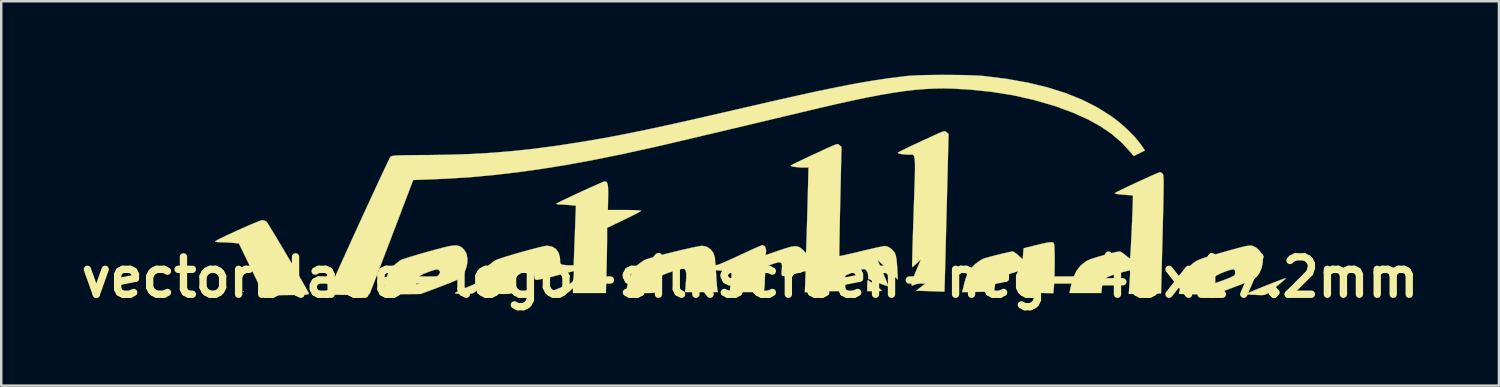
<source format=kicad_pcb>
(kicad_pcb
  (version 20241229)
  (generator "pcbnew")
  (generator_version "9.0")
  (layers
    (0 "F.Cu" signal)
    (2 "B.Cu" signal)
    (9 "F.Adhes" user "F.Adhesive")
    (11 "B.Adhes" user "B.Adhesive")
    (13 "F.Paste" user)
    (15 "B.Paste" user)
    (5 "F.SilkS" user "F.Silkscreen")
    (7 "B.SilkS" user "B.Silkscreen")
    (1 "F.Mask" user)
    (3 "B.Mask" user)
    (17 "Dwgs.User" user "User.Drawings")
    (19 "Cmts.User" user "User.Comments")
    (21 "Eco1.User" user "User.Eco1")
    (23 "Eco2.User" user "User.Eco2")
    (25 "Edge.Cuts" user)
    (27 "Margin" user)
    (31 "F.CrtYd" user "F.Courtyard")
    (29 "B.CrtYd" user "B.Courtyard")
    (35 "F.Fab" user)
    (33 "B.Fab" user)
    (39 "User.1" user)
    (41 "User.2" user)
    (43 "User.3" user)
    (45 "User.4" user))
  (footprint "vectorblade-logo-silkscreen-neg-45x17.2mm"
    (layer "F.Cu")
    (at 27.548 8.263)
    (property "Reference" "vectorblade-logo-silkscreen-neg-45x17.2mm" (at 0 0 0) (layer "F.SilkS") (effects (font (size 1.524 1.524) (thickness 0.3))))
    (attr through_hole)
    (fp_poly (pts (xy -20.659 0.583) (xy -20.677 0.602) (xy -20.696 0.583) (xy -20.677 0.564) (xy -20.659 0.583)) (stroke (width 0.01) (type solid)) (fill yes) (layer "F.SilkS"))
    (fp_poly (pts (xy 4.84 0.134) (xy 4.92 0.189) (xy 5.025 0.266) (xy 5.139 0.352) (xy 5.247 0.436) (xy 5.332 0.504) (xy 5.377 0.545) (xy 5.381 0.551) (xy 5.346 0.557) (xy 5.254 0.562) (xy 5.123 0.564) (xy 5.08 0.564) (xy 4.779 0.564) (xy 4.779 0.339) (xy 4.783 0.22) (xy 4.792 0.138) (xy 4.803 0.113) (xy 4.84 0.134)) (stroke (width 0.01) (type solid)) (fill yes) (layer "F.SilkS"))
    (fp_poly (pts (xy 21.861 0.03) (xy 21.833 0.063) (xy 21.758 0.133) (xy 21.648 0.228) (xy 21.538 0.32) (xy 21.358 0.468) (xy 21.225 0.575) (xy 21.123 0.649) (xy 21.039 0.695) (xy 20.959 0.719) (xy 20.87 0.726) (xy 20.756 0.723) (xy 20.605 0.715) (xy 20.602 0.715) (xy 20.424 0.705) (xy 20.312 0.696) (xy 20.258 0.685) (xy 20.253 0.67) (xy 20.282 0.653) (xy 20.405 0.599) (xy 20.566 0.532) (xy 20.754 0.454) (xy 20.958 0.372) (xy 21.165 0.289) (xy 21.365 0.211) (xy 21.546 0.141) (xy 21.696 0.085) (xy 21.804 0.046) (xy 21.857 0.03) (xy 21.861 0.03)) (stroke (width 0.01) (type solid)) (fill yes) (layer "F.SilkS"))
    (fp_poly (pts (xy -19.794 -2.308) (xy -19.726 -2.267) (xy -19.695 -2.225) (xy -19.631 -2.125) (xy -19.54 -1.977) (xy -19.425 -1.788) (xy -19.291 -1.567) (xy -19.144 -1.321) (xy -18.989 -1.06) (xy -18.83 -0.791) (xy -18.672 -0.523) (xy -18.52 -0.263) (xy -18.378 -0.02) (xy -18.253 0.198) (xy -18.147 0.383) (xy -18.068 0.526) (xy -18.018 0.619) (xy -18.004 0.648) (xy -18.002 0.668) (xy -18.016 0.684) (xy -18.055 0.696) (xy -18.129 0.704) (xy -18.244 0.711) (xy -18.411 0.716) (xy -18.636 0.72) (xy -18.902 0.723) (xy -19.825 0.734) (xy -20.339 -0.324) (xy -20.854 -1.382) (xy -21.082 -1.406) (xy -21.249 -1.419) (xy -21.441 -1.428) (xy -21.567 -1.43) (xy -21.696 -1.434) (xy -21.788 -1.446) (xy -21.825 -1.462) (xy -21.825 -1.463) (xy -21.792 -1.489) (xy -21.701 -1.539) (xy -21.562 -1.609) (xy -21.385 -1.694) (xy -21.182 -1.789) (xy -20.964 -1.889) (xy -20.74 -1.99) (xy -20.522 -2.086) (xy -20.321 -2.173) (xy -20.147 -2.245) (xy -20.01 -2.299) (xy -19.922 -2.329) (xy -19.899 -2.333) (xy -19.794 -2.308)) (stroke (width 0.01) (type solid)) (fill yes) (layer "F.SilkS"))
    (fp_poly (pts (xy 12.355 -1.421) (xy 12.39 -1.397) (xy 12.403 -1.347) (xy 12.413 -1.235) (xy 12.42 -1.072) (xy 12.425 -0.871) (xy 12.426 -0.644) (xy 12.424 -0.405) (xy 12.42 -0.165) (xy 12.412 0.063) (xy 12.402 0.267) (xy 12.393 0.39) (xy 12.37 0.648) (xy 11.082 0.621) (xy 11.109 0.171) (xy 11.119 -0.004) (xy 11.125 -0.148) (xy 11.128 -0.248) (xy 11.127 -0.287) (xy 11.127 -0.287) (xy 11.084 -0.285) (xy 10.986 -0.263) (xy 10.849 -0.224) (xy 10.689 -0.175) (xy 10.522 -0.121) (xy 10.363 -0.066) (xy 10.228 -0.016) (xy 10.133 0.025) (xy 10.097 0.046) (xy 10.036 0.135) (xy 9.996 0.279) (xy 9.984 0.352) (xy 9.953 0.583) (xy 8.653 0.604) (xy 8.677 0.499) (xy 8.742 0.23) (xy 8.803 0.02) (xy 8.869 -0.145) (xy 8.945 -0.28) (xy 9.039 -0.399) (xy 9.158 -0.517) (xy 9.178 -0.535) (xy 9.304 -0.635) (xy 9.439 -0.721) (xy 9.527 -0.764) (xy 9.621 -0.794) (xy 9.763 -0.834) (xy 9.938 -0.88) (xy 10.128 -0.928) (xy 10.316 -0.973) (xy 10.486 -1.011) (xy 10.621 -1.04) (xy 10.704 -1.053) (xy 10.715 -1.054) (xy 10.771 -1.03) (xy 10.86 -0.967) (xy 10.946 -0.894) (xy 11.12 -0.734) (xy 11.138 -0.96) (xy 11.157 -1.185) (xy 11.646 -1.308) (xy 11.891 -1.367) (xy 12.075 -1.407) (xy 12.206 -1.429) (xy 12.296 -1.433) (xy 12.355 -1.421)) (stroke (width 0.01) (type solid)) (fill yes) (layer "F.SilkS"))
    (fp_poly (pts (xy -11.95 -1.298) (xy -11.871 -1.278) (xy -11.801 -1.245) (xy -11.745 -1.207) (xy -11.662 -1.122) (xy -11.588 -1.003) (xy -11.57 -0.963) (xy -11.529 -0.764) (xy -11.541 -0.546) (xy -11.599 -0.329) (xy -11.696 -0.133) (xy -11.827 0.022) (xy -11.899 0.074) (xy -11.97 0.11) (xy -12.099 0.165) (xy -12.272 0.236) (xy -12.477 0.317) (xy -12.701 0.402) (xy -12.73 0.413) (xy -13.443 0.68) (xy -15.002 0.696) (xy -14.929 0.358) (xy -14.886 0.188) (xy -13.622 0.188) (xy -13.622 0.296) (xy -13.311 0.181) (xy -13.152 0.123) (xy -13.003 0.068) (xy -12.891 0.028) (xy -12.869 0.021) (xy -12.764 -0.038) (xy -12.686 -0.118) (xy -12.682 -0.125) (xy -12.647 -0.2) (xy -12.657 -0.25) (xy -12.689 -0.287) (xy -12.723 -0.315) (xy -12.764 -0.325) (xy -12.829 -0.316) (xy -12.932 -0.286) (xy -13.089 -0.233) (xy -13.102 -0.228) (xy -13.325 -0.14) (xy -13.48 -0.054) (xy -13.575 0.037) (xy -13.618 0.138) (xy -13.622 0.188) (xy -14.886 0.188) (xy -14.885 0.18) (xy -14.831 0.007) (xy -14.778 -0.131) (xy -14.764 -0.161) (xy -14.636 -0.359) (xy -14.469 -0.54) (xy -14.286 -0.681) (xy -14.235 -0.71) (xy -14.16 -0.739) (xy -14.025 -0.785) (xy -13.839 -0.843) (xy -13.615 -0.911) (xy -13.363 -0.984) (xy -13.116 -1.054) (xy -12.794 -1.142) (xy -12.535 -1.21) (xy -12.331 -1.259) (xy -12.171 -1.289) (xy -12.047 -1.301) (xy -11.95 -1.298)) (stroke (width 0.01) (type solid)) (fill yes) (layer "F.SilkS"))
    (fp_poly (pts (xy 20.449 -1.292) (xy 20.5 -1.282) (xy 20.502 -1.281) (xy 20.656 -1.205) (xy 20.791 -1.079) (xy 20.883 -0.925) (xy 20.906 -0.847) (xy 20.915 -0.618) (xy 20.868 -0.381) (xy 20.772 -0.165) (xy 20.682 -0.043) (xy 20.642 -0.002) (xy 20.596 0.036) (xy 20.536 0.074) (xy 20.452 0.116) (xy 20.336 0.167) (xy 20.178 0.231) (xy 19.969 0.313) (xy 19.699 0.415) (xy 19.656 0.431) (xy 19.403 0.527) (xy 19.207 0.598) (xy 19.057 0.648) (xy 18.941 0.681) (xy 18.847 0.699) (xy 18.763 0.707) (xy 18.676 0.707) (xy 18.664 0.707) (xy 18.526 0.702) (xy 18.338 0.697) (xy 18.129 0.691) (xy 17.956 0.687) (xy 17.492 0.675) (xy 17.517 0.554) (xy 17.592 0.228) (xy 18.853 0.228) (xy 18.88 0.263) (xy 18.885 0.263) (xy 18.931 0.251) (xy 19.032 0.217) (xy 19.173 0.167) (xy 19.325 0.112) (xy 19.49 0.048) (xy 19.628 -0.011) (xy 19.724 -0.058) (xy 19.763 -0.086) (xy 19.79 -0.171) (xy 19.784 -0.261) (xy 19.748 -0.32) (xy 19.739 -0.324) (xy 19.671 -0.323) (xy 19.555 -0.294) (xy 19.411 -0.247) (xy 19.258 -0.187) (xy 19.114 -0.122) (xy 19 -0.061) (xy 18.937 -0.013) (xy 18.886 0.065) (xy 18.857 0.154) (xy 18.853 0.228) (xy 17.592 0.228) (xy 17.592 0.227) (xy 17.679 -0.036) (xy 17.78 -0.247) (xy 17.902 -0.417) (xy 17.992 -0.508) (xy 18.068 -0.573) (xy 18.147 -0.63) (xy 18.238 -0.682) (xy 18.349 -0.733) (xy 18.492 -0.786) (xy 18.674 -0.846) (xy 18.905 -0.915) (xy 19.194 -0.998) (xy 19.386 -1.052) (xy 19.679 -1.133) (xy 19.91 -1.196) (xy 20.087 -1.241) (xy 20.22 -1.272) (xy 20.319 -1.289) (xy 20.392 -1.295) (xy 20.449 -1.292)) (stroke (width 0.01) (type solid)) (fill yes) (layer "F.SilkS"))
    (fp_poly (pts (xy 16.785 -4.264) (xy 16.83 -4.224) (xy 16.842 -4.205) (xy 16.851 -4.175) (xy 16.859 -4.126) (xy 16.864 -4.055) (xy 16.868 -3.954) (xy 16.869 -3.82) (xy 16.868 -3.646) (xy 16.865 -3.427) (xy 16.86 -3.157) (xy 16.853 -2.831) (xy 16.844 -2.444) (xy 16.832 -1.989) (xy 16.826 -1.75) (xy 16.764 0.659) (xy 16.105 0.669) (xy 15.447 0.679) (xy 15.481 0.207) (xy 15.493 0.027) (xy 15.5 -0.124) (xy 15.502 -0.231) (xy 15.499 -0.28) (xy 15.498 -0.281) (xy 15.458 -0.277) (xy 15.36 -0.255) (xy 15.217 -0.218) (xy 15.043 -0.169) (xy 14.998 -0.156) (xy 14.774 -0.087) (xy 14.613 -0.028) (xy 14.502 0.032) (xy 14.431 0.102) (xy 14.389 0.191) (xy 14.365 0.31) (xy 14.354 0.396) (xy 14.328 0.64) (xy 13.027 0.64) (xy 13.097 0.323) (xy 13.19 -0.004) (xy 13.318 -0.27) (xy 13.483 -0.481) (xy 13.693 -0.647) (xy 13.761 -0.686) (xy 13.853 -0.726) (xy 13.999 -0.777) (xy 14.18 -0.834) (xy 14.381 -0.892) (xy 14.585 -0.948) (xy 14.776 -0.996) (xy 14.935 -1.032) (xy 15.048 -1.05) (xy 15.078 -1.052) (xy 15.142 -1.027) (xy 15.236 -0.966) (xy 15.314 -0.903) (xy 15.405 -0.828) (xy 15.474 -0.782) (xy 15.5 -0.774) (xy 15.505 -0.814) (xy 15.513 -0.918) (xy 15.523 -1.075) (xy 15.534 -1.276) (xy 15.546 -1.508) (xy 15.558 -1.762) (xy 15.571 -2.025) (xy 15.583 -2.289) (xy 15.593 -2.54) (xy 15.602 -2.77) (xy 15.609 -2.967) (xy 15.613 -3.12) (xy 15.614 -3.167) (xy 15.616 -3.343) (xy 15.239 -3.37) (xy 15.082 -3.384) (xy 14.959 -3.401) (xy 14.886 -3.419) (xy 14.872 -3.43) (xy 14.908 -3.454) (xy 15.001 -3.503) (xy 15.141 -3.573) (xy 15.318 -3.658) (xy 15.519 -3.753) (xy 15.735 -3.854) (xy 15.954 -3.955) (xy 16.165 -4.052) (xy 16.358 -4.138) (xy 16.521 -4.209) (xy 16.644 -4.261) (xy 16.715 -4.287) (xy 16.727 -4.29) (xy 16.785 -4.264)) (stroke (width 0.01) (type solid)) (fill yes) (layer "F.SilkS"))
    (fp_poly (pts (xy 7.96 -5.958) (xy 7.981 -5.946) (xy 8.001 -5.928) (xy 8.015 -5.916) (xy 8.096 -5.85) (xy 8.015 -2.633) (xy 8.002 -2.149) (xy 7.99 -1.686) (xy 7.979 -1.251) (xy 7.969 -0.849) (xy 7.959 -0.486) (xy 7.95 -0.166) (xy 7.943 0.104) (xy 7.936 0.319) (xy 7.932 0.474) (xy 7.928 0.563) (xy 7.927 0.583) (xy 7.89 0.582) (xy 7.79 0.579) (xy 7.641 0.574) (xy 7.456 0.568) (xy 7.346 0.564) (xy 6.772 0.546) (xy 7.057 0.323) (xy 7.182 0.223) (xy 7.283 0.14) (xy 7.347 0.083) (xy 7.361 0.068) (xy 7.341 0.063) (xy 7.269 0.083) (xy 7.19 0.112) (xy 7.033 0.175) (xy 6.866 0.241) (xy 6.81 0.263) (xy 6.701 0.305) (xy 6.625 0.333) (xy 6.603 0.339) (xy 6.583 0.306) (xy 6.596 0.216) (xy 6.637 0.075) (xy 6.707 -0.107) (xy 6.714 -0.124) (xy 6.781 -0.286) (xy 6.846 -0.44) (xy 6.896 -0.56) (xy 6.905 -0.583) (xy 6.968 -0.734) (xy 6.796 -0.567) (xy 6.706 -0.483) (xy 6.639 -0.429) (xy 6.611 -0.416) (xy 6.609 -0.456) (xy 6.61 -0.564) (xy 6.614 -0.734) (xy 6.62 -0.96) (xy 6.627 -1.235) (xy 6.637 -1.552) (xy 6.647 -1.905) (xy 6.66 -2.287) (xy 6.673 -2.684) (xy 6.689 -3.16) (xy 6.703 -3.567) (xy 6.715 -3.91) (xy 6.723 -4.193) (xy 6.727 -4.424) (xy 6.726 -4.606) (xy 6.721 -4.747) (xy 6.711 -4.85) (xy 6.696 -4.922) (xy 6.674 -4.969) (xy 6.645 -4.995) (xy 6.609 -5.006) (xy 6.566 -5.008) (xy 6.514 -5.005) (xy 6.472 -5.005) (xy 6.321 -5.011) (xy 6.184 -5.026) (xy 6.079 -5.048) (xy 6.024 -5.072) (xy 6.021 -5.079) (xy 6.053 -5.102) (xy 6.145 -5.151) (xy 6.287 -5.222) (xy 6.47 -5.311) (xy 6.684 -5.412) (xy 6.858 -5.493) (xy 7.157 -5.631) (xy 7.394 -5.741) (xy 7.578 -5.825) (xy 7.716 -5.886) (xy 7.816 -5.928) (xy 7.885 -5.951) (xy 7.93 -5.96) (xy 7.96 -5.958)) (stroke (width 0.01) (type solid)) (fill yes) (layer "F.SilkS"))
    (fp_poly (pts (xy -5.872 -3.902) (xy -5.833 -3.86) (xy -5.807 -3.78) (xy -5.793 -3.651) (xy -5.789 -3.464) (xy -5.791 -3.271) (xy -5.801 -2.747) (xy -5.12 -2.747) (xy -4.904 -2.745) (xy -4.715 -2.741) (xy -4.567 -2.734) (xy -4.472 -2.725) (xy -4.44 -2.716) (xy -4.473 -2.691) (xy -4.563 -2.64) (xy -4.702 -2.567) (xy -4.878 -2.478) (xy -5.082 -2.378) (xy -5.136 -2.352) (xy -5.833 -2.02) (xy -5.833 -1.599) (xy -5.834 -1.436) (xy -5.837 -1.216) (xy -5.841 -0.955) (xy -5.847 -0.673) (xy -5.854 -0.385) (xy -5.857 -0.27) (xy -5.882 0.64) (xy -7.225 0.64) (xy -7.225 0.437) (xy -7.332 0.54) (xy -7.383 0.586) (xy -7.433 0.615) (xy -7.499 0.631) (xy -7.599 0.636) (xy -7.749 0.634) (xy -7.828 0.632) (xy -8.217 0.621) (xy -7.725 0.418) (xy -7.531 0.338) (xy -7.396 0.279) (xy -7.308 0.233) (xy -7.256 0.194) (xy -7.229 0.154) (xy -7.215 0.105) (xy -7.211 0.08) (xy -7.195 -0.043) (xy -7.188 -0.153) (xy -7.188 -0.157) (xy -7.187 -0.257) (xy -7.933 -0.065) (xy -8.161 -0.008) (xy -8.368 0.04) (xy -8.541 0.076) (xy -8.667 0.098) (xy -8.736 0.103) (xy -8.742 0.102) (xy -8.789 0.053) (xy -8.805 -0.054) (xy -8.805 -0.069) (xy -8.816 -0.191) (xy -8.856 -0.262) (xy -8.934 -0.285) (xy -9.062 -0.266) (xy -9.183 -0.231) (xy -9.364 -0.161) (xy -9.484 -0.08) (xy -9.558 0.028) (xy -9.599 0.181) (xy -9.612 0.272) (xy -9.625 0.41) (xy -9.637 0.513) (xy -9.659 0.586) (xy -9.699 0.633) (xy -9.768 0.661) (xy -9.876 0.675) (xy -10.033 0.679) (xy -10.25 0.678) (xy -10.409 0.677) (xy -10.66 0.677) (xy -10.845 0.676) (xy -10.975 0.672) (xy -11.06 0.665) (xy -11.109 0.653) (xy -11.131 0.636) (xy -11.138 0.612) (xy -11.138 0.596) (xy -11.138 0.514) (xy -11.225 0.596) (xy -11.275 0.634) (xy -11.335 0.658) (xy -11.423 0.671) (xy -11.558 0.677) (xy -11.677 0.677) (xy -11.832 0.674) (xy -11.955 0.665) (xy -12.028 0.653) (xy -12.041 0.643) (xy -12.009 0.618) (xy -11.918 0.57) (xy -11.783 0.508) (xy -11.615 0.435) (xy -11.551 0.409) (xy -11.352 0.326) (xy -11.212 0.263) (xy -11.121 0.214) (xy -11.069 0.172) (xy -11.043 0.131) (xy -11.038 0.114) (xy -10.956 -0.098) (xy -10.82 -0.311) (xy -10.647 -0.505) (xy -10.455 -0.656) (xy -10.382 -0.698) (xy -10.291 -0.736) (xy -10.142 -0.787) (xy -9.948 -0.849) (xy -9.722 -0.917) (xy -9.477 -0.989) (xy -9.224 -1.06) (xy -8.977 -1.128) (xy -8.748 -1.188) (xy -8.549 -1.237) (xy -8.394 -1.272) (xy -8.294 -1.288) (xy -8.277 -1.289) (xy -8.085 -1.257) (xy -7.928 -1.163) (xy -7.817 -1.017) (xy -7.759 -0.828) (xy -7.752 -0.729) (xy -7.749 -0.615) (xy -7.732 -0.555) (xy -7.691 -0.526) (xy -7.634 -0.513) (xy -7.517 -0.497) (xy -7.38 -0.489) (xy -7.356 -0.489) (xy -7.196 -0.489) (xy -7.173 -1.119) (xy -7.162 -1.393) (xy -7.151 -1.7) (xy -7.139 -2.007) (xy -7.129 -2.281) (xy -7.127 -2.337) (xy -7.104 -2.923) (xy -7.362 -2.948) (xy -7.519 -2.961) (xy -7.667 -2.97) (xy -7.761 -2.972) (xy -7.852 -2.979) (xy -7.9 -2.996) (xy -7.902 -3.002) (xy -7.87 -3.024) (xy -7.779 -3.072) (xy -7.64 -3.141) (xy -7.464 -3.225) (xy -7.261 -3.321) (xy -7.041 -3.424) (xy -6.816 -3.528) (xy -6.595 -3.629) (xy -6.389 -3.721) (xy -6.209 -3.801) (xy -6.065 -3.863) (xy -5.967 -3.902) (xy -5.927 -3.913) (xy -5.872 -3.902)) (stroke (width 0.01) (type solid)) (fill yes) (layer "F.SilkS"))
    (fp_poly (pts (xy 8.14 -8.257) (xy 8.493 -8.254) (xy 8.827 -8.247) (xy 9.129 -8.237) (xy 9.385 -8.224) (xy 9.558 -8.21) (xy 10.48 -8.094) (xy 11.337 -7.94) (xy 12.133 -7.748) (xy 12.867 -7.517) (xy 13.542 -7.246) (xy 14.158 -6.935) (xy 14.717 -6.584) (xy 14.897 -6.453) (xy 15.149 -6.249) (xy 15.401 -6.02) (xy 15.635 -5.784) (xy 15.836 -5.555) (xy 15.97 -5.377) (xy 16.106 -5.174) (xy 15.647 -4.948) (xy 15.493 -5.136) (xy 15.15 -5.505) (xy 14.754 -5.845) (xy 14.3 -6.156) (xy 13.784 -6.442) (xy 13.204 -6.705) (xy 12.555 -6.946) (xy 12.408 -6.995) (xy 11.578 -7.237) (xy 10.731 -7.427) (xy 9.856 -7.567) (xy 8.94 -7.66) (xy 8.271 -7.698) (xy 7.905 -7.706) (xy 7.532 -7.701) (xy 7.147 -7.682) (xy 6.742 -7.649) (xy 6.313 -7.599) (xy 5.852 -7.532) (xy 5.353 -7.448) (xy 4.81 -7.345) (xy 4.217 -7.222) (xy 3.567 -7.079) (xy 2.854 -6.914) (xy 2.559 -6.844) (xy 1.819 -6.667) (xy 1.102 -6.497) (xy 0.412 -6.332) (xy -0.246 -6.176) (xy -0.869 -6.028) (xy -1.451 -5.89) (xy -1.99 -5.763) (xy -2.48 -5.647) (xy -2.918 -5.544) (xy -3.299 -5.455) (xy -3.619 -5.38) (xy -3.873 -5.321) (xy -4.038 -5.284) (xy -5.218 -5.026) (xy -6.338 -4.799) (xy -7.406 -4.602) (xy -8.43 -4.435) (xy -9.418 -4.295) (xy -10.378 -4.182) (xy -11.318 -4.094) (xy -12.247 -4.031) (xy -12.995 -3.997) (xy -13.742 -3.97) (xy -14.62 -1.666) (xy -14.771 -1.27) (xy -14.915 -0.893) (xy -15.049 -0.543) (xy -15.171 -0.226) (xy -15.278 0.053) (xy -15.369 0.288) (xy -15.441 0.473) (xy -15.491 0.602) (xy -15.518 0.668) (xy -15.521 0.676) (xy -15.564 0.688) (xy -15.667 0.697) (xy -15.819 0.705) (xy -16.006 0.71) (xy -16.215 0.714) (xy -16.434 0.715) (xy -16.65 0.715) (xy -16.849 0.712) (xy -17.02 0.707) (xy -17.148 0.699) (xy -17.222 0.689) (xy -17.234 0.683) (xy -17.219 0.639) (xy -17.175 0.533) (xy -17.105 0.372) (xy -17.012 0.162) (xy -16.898 -0.092) (xy -16.768 -0.383) (xy -16.623 -0.704) (xy -16.466 -1.049) (xy -16.301 -1.413) (xy -16.13 -1.788) (xy -15.956 -2.168) (xy -15.782 -2.547) (xy -15.611 -2.92) (xy -15.445 -3.278) (xy -15.288 -3.617) (xy -15.143 -3.93) (xy -15.012 -4.211) (xy -14.899 -4.453) (xy -14.805 -4.65) (xy -14.735 -4.795) (xy -14.69 -4.884) (xy -14.675 -4.908) (xy -14.654 -4.927) (xy -14.624 -4.942) (xy -14.579 -4.954) (xy -14.512 -4.963) (xy -14.415 -4.971) (xy -14.28 -4.976) (xy -14.101 -4.98) (xy -13.869 -4.983) (xy -13.578 -4.986) (xy -13.221 -4.988) (xy -13.163 -4.988) (xy -12.243 -5.002) (xy -11.369 -5.032) (xy -10.521 -5.081) (xy -9.683 -5.151) (xy -8.833 -5.243) (xy -7.955 -5.358) (xy -7.03 -5.499) (xy -6.811 -5.535) (xy -6.434 -5.598) (xy -6.062 -5.663) (xy -5.687 -5.731) (xy -5.303 -5.804) (xy -4.903 -5.883) (xy -4.482 -5.969) (xy -4.031 -6.063) (xy -3.546 -6.168) (xy -3.019 -6.284) (xy -2.444 -6.413) (xy -1.814 -6.556) (xy -1.123 -6.715) (xy -0.527 -6.852) (xy 0.23 -7.027) (xy 0.92 -7.185) (xy 1.549 -7.327) (xy 2.122 -7.455) (xy 2.645 -7.569) (xy 3.124 -7.67) (xy 3.564 -7.76) (xy 3.972 -7.84) (xy 4.353 -7.912) (xy 4.713 -7.975) (xy 5.058 -8.031) (xy 5.393 -8.083) (xy 5.725 -8.129) (xy 6.059 -8.172) (xy 6.378 -8.211) (xy 6.562 -8.227) (xy 6.808 -8.239) (xy 7.102 -8.249) (xy 7.431 -8.255) (xy 7.782 -8.258) (xy 8.14 -8.257)) (stroke (width 0.01) (type solid)) (fill yes) (layer "F.SilkS"))
    (fp_poly (pts (xy 3.594 -5.431) (xy 3.615 -5.42) (xy 3.634 -5.402) (xy 3.648 -5.39) (xy 3.728 -5.325) (xy 3.678 -3.104) (xy 3.669 -2.703) (xy 3.661 -2.324) (xy 3.654 -1.975) (xy 3.648 -1.662) (xy 3.644 -1.391) (xy 3.64 -1.17) (xy 3.639 -1.004) (xy 3.639 -0.901) (xy 3.64 -0.868) (xy 3.678 -0.872) (xy 3.779 -0.891) (xy 3.933 -0.925) (xy 4.13 -0.97) (xy 4.359 -1.024) (xy 4.529 -1.065) (xy 4.78 -1.126) (xy 5.011 -1.179) (xy 5.211 -1.224) (xy 5.367 -1.257) (xy 5.47 -1.276) (xy 5.501 -1.279) (xy 5.625 -1.248) (xy 5.756 -1.167) (xy 5.867 -1.054) (xy 5.915 -0.978) (xy 5.951 -0.86) (xy 5.98 -0.675) (xy 6.001 -0.419) (xy 6.003 -0.376) (xy 6.028 0.094) (xy 5.606 -0.32) (xy 5.464 -0.458) (xy 5.345 -0.571) (xy 5.257 -0.653) (xy 5.209 -0.694) (xy 5.202 -0.696) (xy 5.239 -0.618) (xy 5.293 -0.496) (xy 5.357 -0.345) (xy 5.426 -0.179) (xy 5.494 -0.013) (xy 5.555 0.138) (xy 5.602 0.26) (xy 5.63 0.339) (xy 5.635 0.361) (xy 5.596 0.354) (xy 5.502 0.324) (xy 5.367 0.276) (xy 5.219 0.22) (xy 4.817 0.064) (xy 4.817 -0.075) (xy 4.795 -0.193) (xy 4.739 -0.288) (xy 4.664 -0.336) (xy 4.644 -0.339) (xy 4.567 -0.325) (xy 4.443 -0.289) (xy 4.291 -0.237) (xy 4.13 -0.177) (xy 3.978 -0.115) (xy 3.852 -0.059) (xy 3.772 -0.015) (xy 3.756 -0.001) (xy 3.719 0.078) (xy 3.685 0.205) (xy 3.667 0.32) (xy 3.641 0.564) (xy 3.185 0.565) (xy 2.977 0.567) (xy 2.769 0.572) (xy 2.588 0.581) (xy 2.481 0.588) (xy 2.234 0.612) (xy 2.25 0.177) (xy 2.267 -0.258) (xy 1.824 -0.146) (xy 1.648 -0.104) (xy 1.495 -0.073) (xy 1.382 -0.056) (xy 1.325 -0.055) (xy 1.295 -0.082) (xy 1.283 -0.141) (xy 1.288 -0.251) (xy 1.294 -0.319) (xy 1.302 -0.473) (xy 1.284 -0.569) (xy 1.229 -0.613) (xy 1.129 -0.609) (xy 0.974 -0.563) (xy 0.912 -0.541) (xy 0.649 -0.444) (xy 0.625 -0.273) (xy 0.612 -0.131) (xy 0.603 0.034) (xy 0.602 0.109) (xy 0.597 0.258) (xy 0.586 0.402) (xy 0.578 0.461) (xy 0.555 0.602) (xy -0.837 0.602) (xy -0.816 0.461) (xy -0.801 0.35) (xy -0.784 0.198) (xy -0.769 0.049) (xy -0.757 -0.081) (xy -0.76 -0.167) (xy -0.788 -0.219) (xy -0.855 -0.247) (xy -0.972 -0.262) (xy -1.152 -0.273) (xy -1.159 -0.274) (xy -1.396 -0.287) (xy -1.373 0.073) (xy -1.361 0.239) (xy -1.349 0.385) (xy -1.338 0.488) (xy -1.333 0.517) (xy -1.316 0.602) (xy -2.654 0.602) (xy -2.62 0.23) (xy -2.604 0.004) (xy -2.604 -0.156) (xy -2.622 -0.263) (xy -2.658 -0.324) (xy -2.703 -0.348) (xy -2.776 -0.345) (xy -2.9 -0.32) (xy -3.055 -0.277) (xy -3.225 -0.224) (xy -3.388 -0.167) (xy -3.528 -0.11) (xy -3.625 -0.062) (xy -3.655 -0.038) (xy -3.693 0.039) (xy -3.727 0.16) (xy -3.742 0.253) (xy -3.758 0.393) (xy -3.772 0.494) (xy -3.796 0.564) (xy -3.841 0.607) (xy -3.919 0.63) (xy -4.038 0.64) (xy -4.212 0.641) (xy -4.441 0.64) (xy -5.073 0.64) (xy -5.002 0.318) (xy -4.903 -0.018) (xy -4.765 -0.293) (xy -4.583 -0.511) (xy -4.355 -0.68) (xy -4.297 -0.711) (xy -4.217 -0.742) (xy -4.076 -0.786) (xy -3.886 -0.839) (xy -3.659 -0.9) (xy -3.408 -0.965) (xy -3.143 -1.03) (xy -2.878 -1.095) (xy -2.623 -1.154) (xy -2.392 -1.206) (xy -2.195 -1.247) (xy -2.046 -1.275) (xy -1.955 -1.286) (xy -1.948 -1.286) (xy -1.767 -1.249) (xy -1.615 -1.15) (xy -1.502 -1.003) (xy -1.439 -0.819) (xy -1.429 -0.71) (xy -1.423 -0.598) (xy -1.407 -0.517) (xy -1.401 -0.501) (xy -1.365 -0.499) (xy -1.276 -0.525) (xy -1.132 -0.582) (xy -0.929 -0.67) (xy -0.664 -0.79) (xy -0.455 -0.887) (xy -0.21 -1.001) (xy 0.013 -1.104) (xy 0.207 -1.191) (xy 0.361 -1.258) (xy 0.465 -1.302) (xy 0.511 -1.317) (xy 0.582 -1.284) (xy 0.633 -1.199) (xy 0.655 -1.087) (xy 0.651 -1.032) (xy 0.63 -0.906) (xy 1.19 -1.099) (xy 1.443 -1.183) (xy 1.638 -1.239) (xy 1.788 -1.266) (xy 1.905 -1.265) (xy 2.001 -1.235) (xy 2.088 -1.177) (xy 2.158 -1.113) (xy 2.284 -0.987) (xy 2.308 -1.726) (xy 2.316 -1.982) (xy 2.325 -2.29) (xy 2.335 -2.63) (xy 2.345 -2.979) (xy 2.353 -3.316) (xy 2.357 -3.471) (xy 2.383 -4.478) (xy 2.194 -4.478) (xy 2.036 -4.483) (xy 1.886 -4.496) (xy 1.76 -4.514) (xy 1.678 -4.536) (xy 1.656 -4.554) (xy 1.688 -4.577) (xy 1.78 -4.626) (xy 1.922 -4.697) (xy 2.105 -4.785) (xy 2.319 -4.887) (xy 2.493 -4.967) (xy 2.792 -5.105) (xy 3.029 -5.215) (xy 3.213 -5.299) (xy 3.352 -5.36) (xy 3.451 -5.401) (xy 3.52 -5.425) (xy 3.565 -5.434) (xy 3.594 -5.431)) (stroke (width 0.01) (type solid)) (fill yes) (layer "F.SilkS")))
  (gr_rect
    (start -3 -3)
    (end 58.096 12.681)
    (stroke (width 0.1) (type default))
    (fill no)
    (layer "Edge.Cuts")))
</source>
